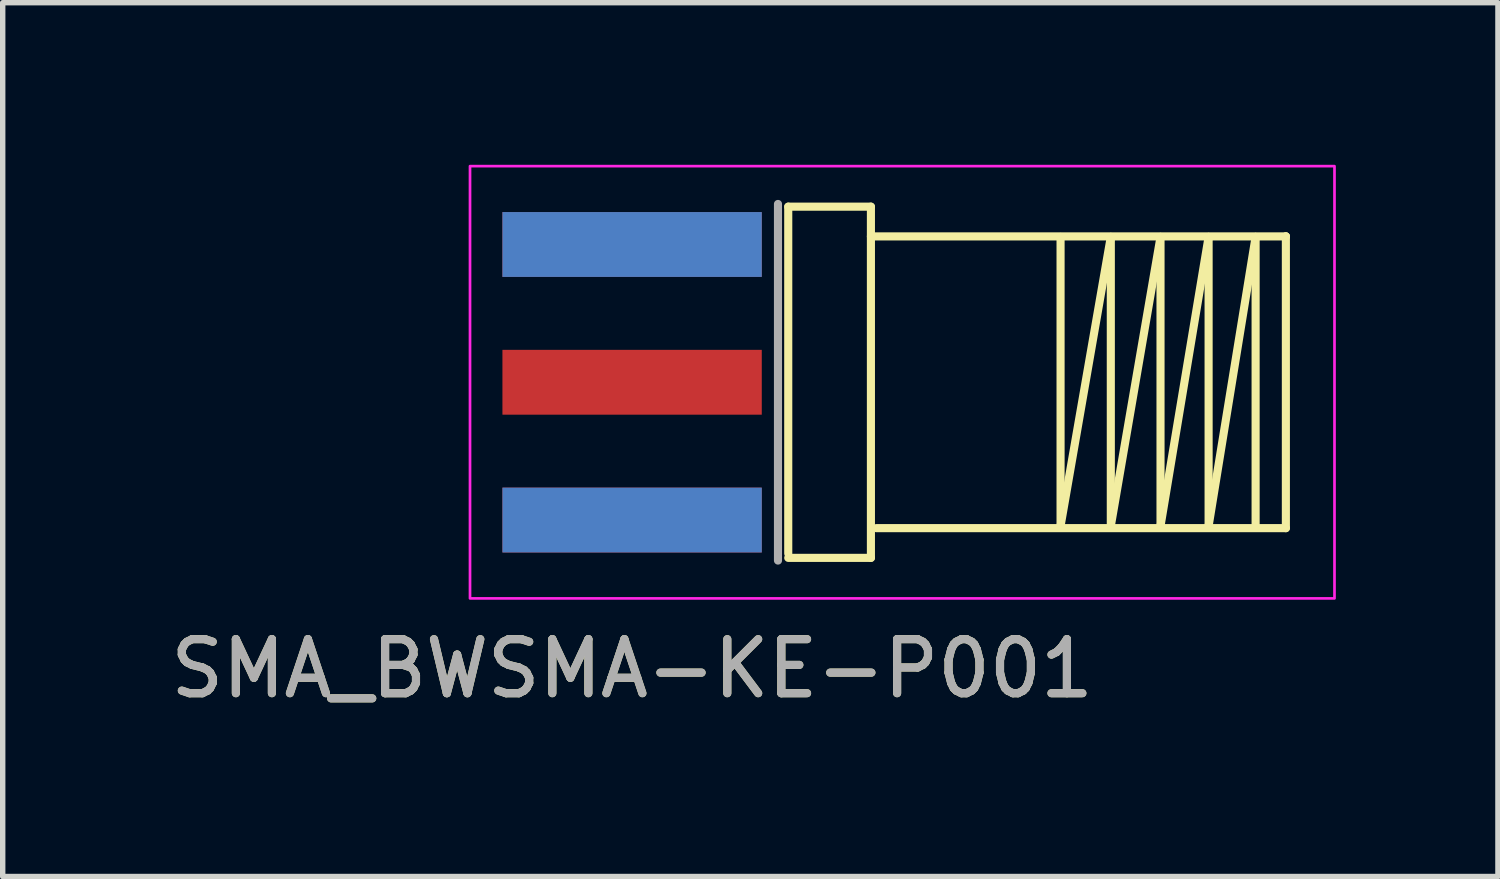
<source format=kicad_pcb>
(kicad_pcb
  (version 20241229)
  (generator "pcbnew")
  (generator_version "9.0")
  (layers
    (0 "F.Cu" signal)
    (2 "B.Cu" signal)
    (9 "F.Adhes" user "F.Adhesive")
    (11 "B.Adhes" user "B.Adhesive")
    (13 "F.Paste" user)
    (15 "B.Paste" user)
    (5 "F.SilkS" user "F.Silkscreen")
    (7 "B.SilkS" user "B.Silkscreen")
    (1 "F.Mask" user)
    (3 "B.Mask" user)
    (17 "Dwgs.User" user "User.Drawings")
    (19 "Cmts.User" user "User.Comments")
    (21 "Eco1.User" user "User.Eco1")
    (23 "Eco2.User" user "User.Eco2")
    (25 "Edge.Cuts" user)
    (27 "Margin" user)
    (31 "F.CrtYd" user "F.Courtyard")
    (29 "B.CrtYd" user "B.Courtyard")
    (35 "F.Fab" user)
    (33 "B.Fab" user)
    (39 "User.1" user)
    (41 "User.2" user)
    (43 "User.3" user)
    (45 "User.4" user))
  (footprint "SMA_BWSMA-KE-P001"
    (layer "F.Cu")
    (at 8.649 4.025)
    (property "Reference" "SMA_BWSMA-KE-P001" (at 0 5.3 0) (layer "F.SilkS") (effects (font (size 1 1) (thickness 0.15))))
    (attr smd)
    (fp_line (start 2.89 -3.25) (end 2.89 3.17) (stroke (width 0.15) (type solid)) (layer "F.SilkS"))
    (fp_line (start 4.42 -3.25) (end 2.89 -3.25) (stroke (width 0.15) (type solid)) (layer "F.SilkS"))
    (fp_line (start 4.42 -3.25) (end 4.42 3.25) (stroke (width 0.15) (type solid)) (layer "F.SilkS"))
    (fp_line (start 4.42 3.25) (end 2.89 3.25) (stroke (width 0.15) (type solid)) (layer "F.SilkS"))
    (fp_line (start 7.93 -2.69) (end 7.93 2.66) (stroke (width 0.15) (type solid)) (layer "F.SilkS"))
    (fp_line (start 7.93 2.66) (end 8.86 -2.69) (stroke (width 0.15) (type solid)) (layer "F.SilkS"))
    (fp_line (start 8.86 -2.69) (end 8.86 2.66) (stroke (width 0.15) (type solid)) (layer "F.SilkS"))
    (fp_line (start 8.86 2.66) (end 9.78 -2.69) (stroke (width 0.15) (type solid)) (layer "F.SilkS"))
    (fp_line (start 9.78 -2.69) (end 9.78 2.66) (stroke (width 0.15) (type solid)) (layer "F.SilkS"))
    (fp_line (start 9.78 2.66) (end 10.67 -2.69) (stroke (width 0.15) (type solid)) (layer "F.SilkS"))
    (fp_line (start 10.67 -2.69) (end 10.67 2.66) (stroke (width 0.15) (type solid)) (layer "F.SilkS"))
    (fp_line (start 10.67 2.66) (end 11.54 -2.69) (stroke (width 0.15) (type solid)) (layer "F.SilkS"))
    (fp_line (start 11.54 -2.69) (end 11.54 2.66) (stroke (width 0.15) (type solid)) (layer "F.SilkS"))
    (fp_line (start 12.09 -2.69) (end 12.1 -2.7) (stroke (width 0.15) (type solid)) (layer "F.SilkS"))
    (fp_line (start 12.1 -2.7) (end 4.42 -2.7) (stroke (width 0.15) (type solid)) (layer "F.SilkS"))
    (fp_line (start 12.1 -2.7) (end 12.1 2.7) (stroke (width 0.15) (type solid)) (layer "F.SilkS"))
    (fp_line (start 12.1 2.7) (end 4.52 2.7) (stroke (width 0.15) (type solid)) (layer "F.SilkS"))
    (fp_rect (start -3 -4) (end 13 4) (stroke (width 0.05) (type default)) (fill no) (layer "F.CrtYd"))
    (fp_line (start 2.7 -3.3) (end 2.7 3.3) (stroke (width 0.15) (type solid)) (layer "F.Fab"))
    (fp_text user "${REFERENCE}" (at 0 5.3 0) (layer "F.Fab") (effects (font (size 1 1) (thickness 0.15))))
    (pad "1" smd rect (at 0 0) (size 4.8 1.2) (layers "F.Cu" "F.Mask" "F.Paste"))
    (pad "2" smd rect (at 0 -2.55) (size 4.8 1.2) (layers "F.Cu" "F.Mask" "F.Paste"))
    (pad "2" smd rect (at 0 -2.55) (size 4.8 1.2) (layers "B.Cu" "B.Mask" "B.Paste"))
    (pad "2" smd rect (at 0 2.55) (size 4.8 1.2) (layers "F.Cu" "F.Mask" "F.Paste"))
    (pad "2" smd rect (at 0 2.55) (size 4.8 1.2) (layers "B.Cu" "B.Mask" "B.Paste")))
  (gr_rect
    (start -3 -3)
    (end 24.674 13.173)
    (stroke (width 0.1) (type default))
    (fill no)
    (layer "Edge.Cuts")))
</source>
